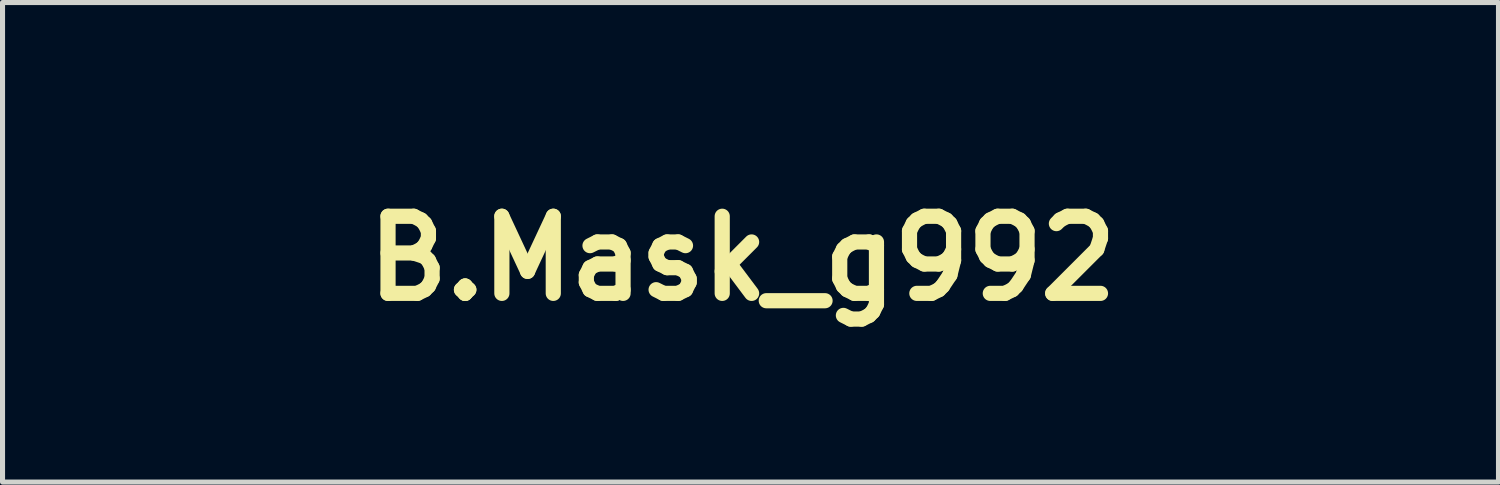
<source format=kicad_pcb>
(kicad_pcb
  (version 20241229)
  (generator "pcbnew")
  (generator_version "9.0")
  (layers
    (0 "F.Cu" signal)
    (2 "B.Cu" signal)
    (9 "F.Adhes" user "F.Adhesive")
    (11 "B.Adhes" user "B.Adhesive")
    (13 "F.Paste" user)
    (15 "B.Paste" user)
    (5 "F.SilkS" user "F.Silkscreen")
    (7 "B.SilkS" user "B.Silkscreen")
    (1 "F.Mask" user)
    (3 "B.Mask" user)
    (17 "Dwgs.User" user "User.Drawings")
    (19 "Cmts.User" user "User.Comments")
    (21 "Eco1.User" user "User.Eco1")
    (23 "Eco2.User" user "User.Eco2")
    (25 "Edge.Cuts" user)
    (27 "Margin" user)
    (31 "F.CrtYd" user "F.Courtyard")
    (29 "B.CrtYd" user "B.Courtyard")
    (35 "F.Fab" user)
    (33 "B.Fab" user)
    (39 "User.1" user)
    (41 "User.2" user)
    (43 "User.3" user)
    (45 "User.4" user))
  (footprint "B.Mask_g992"
    (layer "F.Cu")
    (at 11.621 2.058)
    (property "Reference" "B.Mask_g992" (at 0 0 0) (layer "F.SilkS") (effects (font (size 1.524 1.524) (thickness 0.3))))
    (attr through_hole)
    (fp_poly (pts (xy 0.155 -2.053) (xy 0.972 -2.053) (xy 1.749 -2.053) (xy 2.485 -2.053) (xy 3.182 -2.053) (xy 3.841 -2.052) (xy 4.462 -2.052) (xy 5.048 -2.052) (xy 5.599 -2.052) (xy 6.116 -2.052) (xy 6.6 -2.051) (xy 7.052 -2.051) (xy 7.473 -2.05) (xy 7.864 -2.05) (xy 8.227 -2.049) (xy 8.562 -2.049) (xy 8.871 -2.048) (xy 9.154 -2.047) (xy 9.412 -2.046) (xy 9.648 -2.045) (xy 9.86 -2.044) (xy 10.052 -2.043) (xy 10.223 -2.042) (xy 10.374 -2.041) (xy 10.508 -2.04) (xy 10.624 -2.038) (xy 10.725 -2.037) (xy 10.81 -2.035) (xy 10.881 -2.033) (xy 10.939 -2.032) (xy 10.986 -2.03) (xy 11.021 -2.028) (xy 11.047 -2.025) (xy 11.064 -2.023) (xy 11.069 -2.022) (xy 11.274 -1.946) (xy 11.459 -1.835) (xy 11.621 -1.693) (xy 11.755 -1.525) (xy 11.856 -1.334) (xy 11.907 -1.185) (xy 11.928 -1.061) (xy 11.936 -0.916) (xy 11.931 -0.767) (xy 11.913 -0.634) (xy 11.906 -0.604) (xy 11.839 -0.424) (xy 11.738 -0.25) (xy 11.609 -0.091) (xy 11.461 0.043) (xy 11.299 0.143) (xy 11.298 0.144) (xy 11.28 0.154) (xy 11.264 0.163) (xy 11.251 0.172) (xy 11.238 0.18) (xy 11.225 0.188) (xy 11.21 0.195) (xy 11.193 0.202) (xy 11.172 0.209) (xy 11.147 0.215) (xy 11.116 0.221) (xy 11.078 0.226) (xy 11.032 0.231) (xy 10.977 0.236) (xy 10.911 0.24) (xy 10.835 0.244) (xy 10.746 0.248) (xy 10.644 0.251) (xy 10.527 0.254) (xy 10.395 0.257) (xy 10.246 0.259) (xy 10.079 0.262) (xy 9.894 0.264) (xy 9.688 0.265) (xy 9.461 0.267) (xy 9.212 0.268) (xy 8.94 0.269) (xy 8.644 0.27) (xy 8.322 0.271) (xy 7.973 0.272) (xy 7.597 0.272) (xy 7.192 0.273) (xy 6.758 0.273) (xy 6.292 0.273) (xy 5.795 0.273) (xy 5.264 0.273) (xy 4.699 0.273) (xy 4.099 0.273) (xy 3.463 0.273) (xy 2.789 0.273) (xy 2.076 0.272) (xy 1.324 0.272) (xy 0.531 0.272) (xy 0.159 0.272) (xy -0.513 0.272) (xy -1.174 0.272) (xy -1.824 0.271) (xy -2.46 0.271) (xy -3.082 0.271) (xy -3.689 0.27) (xy -4.279 0.27) (xy -4.851 0.27) (xy -5.403 0.269) (xy -5.935 0.269) (xy -6.445 0.269) (xy -6.931 0.268) (xy -7.394 0.268) (xy -7.83 0.267) (xy -8.24 0.267) (xy -8.621 0.266) (xy -8.973 0.266) (xy -9.294 0.265) (xy -9.583 0.265) (xy -9.839 0.264) (xy -10.061 0.264) (xy -10.246 0.263) (xy -10.394 0.263) (xy -10.504 0.262) (xy -10.574 0.262) (xy -10.604 0.261) (xy -10.604 0.261) (xy -10.815 0.209) (xy -11.013 0.121) (xy -11.191 0.002) (xy -11.342 -0.144) (xy -11.422 -0.249) (xy -11.525 -0.439) (xy -11.589 -0.637) (xy -11.616 -0.839) (xy -11.607 -1.04) (xy -11.565 -1.235) (xy -11.491 -1.42) (xy -11.386 -1.59) (xy -11.252 -1.741) (xy -11.091 -1.868) (xy -10.904 -1.966) (xy -10.81 -2.001) (xy -10.645 -2.053) (xy 0.155 -2.053)) (stroke (width 0.01) (type solid)) (fill yes) (layer "B.Mask")))
  (gr_rect
    (start -3 -3)
    (end 26.562 6.476)
    (stroke (width 0.1) (type default))
    (fill no)
    (layer "Edge.Cuts")))
</source>
